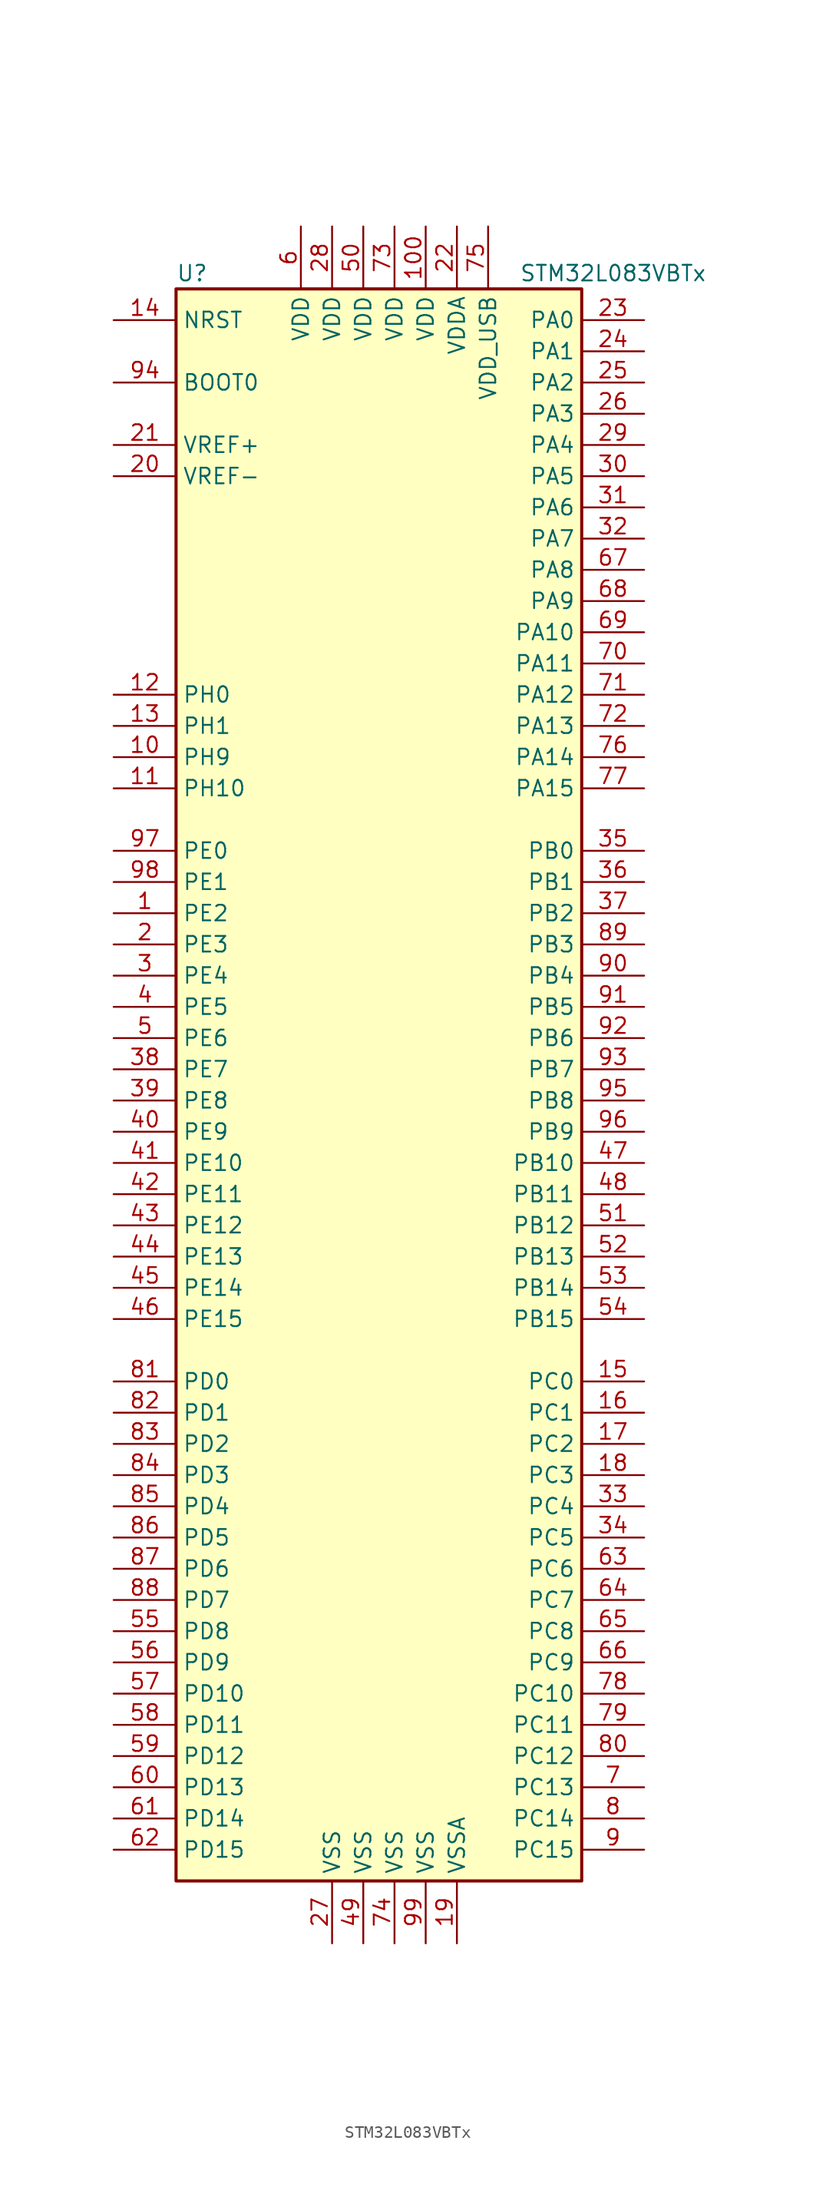
<source format=kicad_sym>
(kicad_symbol_lib
  (version 20201005)
  (generator kicad_symbol_editor)
  (symbol "STM32L083VBTx"
    (property "Reference" "U"
      (at -17.78 64.77 0)
      (effects (font (size 1.27 1.27)) (justify left)))
    (property "Value" "STM32L083VBTx"
      (at 10.16 64.77 0)
      (effects (font (size 1.27 1.27)) (justify left)))
    (symbol "STM32L083VBTx_0_1"
      (rectangle (start -17.78 -66.04) (end 15.24 63.5) (stroke (width 0.254)) (fill (type background))))
    (symbol "STM32L083VBTx_1_1"
      (pin input line (at -22.86 55.88 0) (length 5.08) (name "BOOT0" (effects (font (size 1.27 1.27)))) (number "94" (effects (font (size 1.27 1.27)))))
      (pin input line (at -22.86 60.96 0) (length 5.08) (name "NRST" (effects (font (size 1.27 1.27)))) (number "14" (effects (font (size 1.27 1.27)))))
      (pin bidirectional line (at 20.32 60.96 180) (length 5.08) (name "PA0" (effects (font (size 1.27 1.27)))) (number "23" (effects (font (size 1.27 1.27)))))
      (pin bidirectional line (at 20.32 58.42 180) (length 5.08) (name "PA1" (effects (font (size 1.27 1.27)))) (number "24" (effects (font (size 1.27 1.27)))))
      (pin bidirectional line (at 20.32 35.56 180) (length 5.08) (name "PA10" (effects (font (size 1.27 1.27)))) (number "69" (effects (font (size 1.27 1.27)))))
      (pin bidirectional line (at 20.32 33.02 180) (length 5.08) (name "PA11" (effects (font (size 1.27 1.27)))) (number "70" (effects (font (size 1.27 1.27)))))
      (pin bidirectional line (at 20.32 30.48 180) (length 5.08) (name "PA12" (effects (font (size 1.27 1.27)))) (number "71" (effects (font (size 1.27 1.27)))))
      (pin bidirectional line (at 20.32 27.94 180) (length 5.08) (name "PA13" (effects (font (size 1.27 1.27)))) (number "72" (effects (font (size 1.27 1.27)))))
      (pin bidirectional line (at 20.32 25.4 180) (length 5.08) (name "PA14" (effects (font (size 1.27 1.27)))) (number "76" (effects (font (size 1.27 1.27)))))
      (pin bidirectional line (at 20.32 22.86 180) (length 5.08) (name "PA15" (effects (font (size 1.27 1.27)))) (number "77" (effects (font (size 1.27 1.27)))))
      (pin bidirectional line (at 20.32 55.88 180) (length 5.08) (name "PA2" (effects (font (size 1.27 1.27)))) (number "25" (effects (font (size 1.27 1.27)))))
      (pin bidirectional line (at 20.32 53.34 180) (length 5.08) (name "PA3" (effects (font (size 1.27 1.27)))) (number "26" (effects (font (size 1.27 1.27)))))
      (pin bidirectional line (at 20.32 50.8 180) (length 5.08) (name "PA4" (effects (font (size 1.27 1.27)))) (number "29" (effects (font (size 1.27 1.27)))))
      (pin bidirectional line (at 20.32 48.26 180) (length 5.08) (name "PA5" (effects (font (size 1.27 1.27)))) (number "30" (effects (font (size 1.27 1.27)))))
      (pin bidirectional line (at 20.32 45.72 180) (length 5.08) (name "PA6" (effects (font (size 1.27 1.27)))) (number "31" (effects (font (size 1.27 1.27)))))
      (pin bidirectional line (at 20.32 43.18 180) (length 5.08) (name "PA7" (effects (font (size 1.27 1.27)))) (number "32" (effects (font (size 1.27 1.27)))))
      (pin bidirectional line (at 20.32 40.64 180) (length 5.08) (name "PA8" (effects (font (size 1.27 1.27)))) (number "67" (effects (font (size 1.27 1.27)))))
      (pin bidirectional line (at 20.32 38.1 180) (length 5.08) (name "PA9" (effects (font (size 1.27 1.27)))) (number "68" (effects (font (size 1.27 1.27)))))
      (pin bidirectional line (at 20.32 17.78 180) (length 5.08) (name "PB0" (effects (font (size 1.27 1.27)))) (number "35" (effects (font (size 1.27 1.27)))))
      (pin bidirectional line (at 20.32 15.24 180) (length 5.08) (name "PB1" (effects (font (size 1.27 1.27)))) (number "36" (effects (font (size 1.27 1.27)))))
      (pin bidirectional line (at 20.32 -7.62 180) (length 5.08) (name "PB10" (effects (font (size 1.27 1.27)))) (number "47" (effects (font (size 1.27 1.27)))))
      (pin bidirectional line (at 20.32 -10.16 180) (length 5.08) (name "PB11" (effects (font (size 1.27 1.27)))) (number "48" (effects (font (size 1.27 1.27)))))
      (pin bidirectional line (at 20.32 -12.7 180) (length 5.08) (name "PB12" (effects (font (size 1.27 1.27)))) (number "51" (effects (font (size 1.27 1.27)))))
      (pin bidirectional line (at 20.32 -15.24 180) (length 5.08) (name "PB13" (effects (font (size 1.27 1.27)))) (number "52" (effects (font (size 1.27 1.27)))))
      (pin bidirectional line (at 20.32 -17.78 180) (length 5.08) (name "PB14" (effects (font (size 1.27 1.27)))) (number "53" (effects (font (size 1.27 1.27)))))
      (pin bidirectional line (at 20.32 -20.32 180) (length 5.08) (name "PB15" (effects (font (size 1.27 1.27)))) (number "54" (effects (font (size 1.27 1.27)))))
      (pin bidirectional line (at 20.32 12.7 180) (length 5.08) (name "PB2" (effects (font (size 1.27 1.27)))) (number "37" (effects (font (size 1.27 1.27)))))
      (pin bidirectional line (at 20.32 10.16 180) (length 5.08) (name "PB3" (effects (font (size 1.27 1.27)))) (number "89" (effects (font (size 1.27 1.27)))))
      (pin bidirectional line (at 20.32 7.62 180) (length 5.08) (name "PB4" (effects (font (size 1.27 1.27)))) (number "90" (effects (font (size 1.27 1.27)))))
      (pin bidirectional line (at 20.32 5.08 180) (length 5.08) (name "PB5" (effects (font (size 1.27 1.27)))) (number "91" (effects (font (size 1.27 1.27)))))
      (pin bidirectional line (at 20.32 2.54 180) (length 5.08) (name "PB6" (effects (font (size 1.27 1.27)))) (number "92" (effects (font (size 1.27 1.27)))))
      (pin bidirectional line (at 20.32 0 180) (length 5.08) (name "PB7" (effects (font (size 1.27 1.27)))) (number "93" (effects (font (size 1.27 1.27)))))
      (pin bidirectional line (at 20.32 -2.54 180) (length 5.08) (name "PB8" (effects (font (size 1.27 1.27)))) (number "95" (effects (font (size 1.27 1.27)))))
      (pin bidirectional line (at 20.32 -5.08 180) (length 5.08) (name "PB9" (effects (font (size 1.27 1.27)))) (number "96" (effects (font (size 1.27 1.27)))))
      (pin bidirectional line (at 20.32 -25.4 180) (length 5.08) (name "PC0" (effects (font (size 1.27 1.27)))) (number "15" (effects (font (size 1.27 1.27)))))
      (pin bidirectional line (at 20.32 -27.94 180) (length 5.08) (name "PC1" (effects (font (size 1.27 1.27)))) (number "16" (effects (font (size 1.27 1.27)))))
      (pin bidirectional line (at 20.32 -50.8 180) (length 5.08) (name "PC10" (effects (font (size 1.27 1.27)))) (number "78" (effects (font (size 1.27 1.27)))))
      (pin bidirectional line (at 20.32 -53.34 180) (length 5.08) (name "PC11" (effects (font (size 1.27 1.27)))) (number "79" (effects (font (size 1.27 1.27)))))
      (pin bidirectional line (at 20.32 -55.88 180) (length 5.08) (name "PC12" (effects (font (size 1.27 1.27)))) (number "80" (effects (font (size 1.27 1.27)))))
      (pin bidirectional line (at 20.32 -58.42 180) (length 5.08) (name "PC13" (effects (font (size 1.27 1.27)))) (number "7" (effects (font (size 1.27 1.27)))))
      (pin bidirectional line (at 20.32 -60.96 180) (length 5.08) (name "PC14" (effects (font (size 1.27 1.27)))) (number "8" (effects (font (size 1.27 1.27)))))
      (pin bidirectional line (at 20.32 -63.5 180) (length 5.08) (name "PC15" (effects (font (size 1.27 1.27)))) (number "9" (effects (font (size 1.27 1.27)))))
      (pin bidirectional line (at 20.32 -30.48 180) (length 5.08) (name "PC2" (effects (font (size 1.27 1.27)))) (number "17" (effects (font (size 1.27 1.27)))))
      (pin bidirectional line (at 20.32 -33.02 180) (length 5.08) (name "PC3" (effects (font (size 1.27 1.27)))) (number "18" (effects (font (size 1.27 1.27)))))
      (pin bidirectional line (at 20.32 -35.56 180) (length 5.08) (name "PC4" (effects (font (size 1.27 1.27)))) (number "33" (effects (font (size 1.27 1.27)))))
      (pin bidirectional line (at 20.32 -38.1 180) (length 5.08) (name "PC5" (effects (font (size 1.27 1.27)))) (number "34" (effects (font (size 1.27 1.27)))))
      (pin bidirectional line (at 20.32 -40.64 180) (length 5.08) (name "PC6" (effects (font (size 1.27 1.27)))) (number "63" (effects (font (size 1.27 1.27)))))
      (pin bidirectional line (at 20.32 -43.18 180) (length 5.08) (name "PC7" (effects (font (size 1.27 1.27)))) (number "64" (effects (font (size 1.27 1.27)))))
      (pin bidirectional line (at 20.32 -45.72 180) (length 5.08) (name "PC8" (effects (font (size 1.27 1.27)))) (number "65" (effects (font (size 1.27 1.27)))))
      (pin bidirectional line (at 20.32 -48.26 180) (length 5.08) (name "PC9" (effects (font (size 1.27 1.27)))) (number "66" (effects (font (size 1.27 1.27)))))
      (pin bidirectional line (at -22.86 -25.4 0) (length 5.08) (name "PD0" (effects (font (size 1.27 1.27)))) (number "81" (effects (font (size 1.27 1.27)))))
      (pin bidirectional line (at -22.86 -27.94 0) (length 5.08) (name "PD1" (effects (font (size 1.27 1.27)))) (number "82" (effects (font (size 1.27 1.27)))))
      (pin bidirectional line (at -22.86 -50.8 0) (length 5.08) (name "PD10" (effects (font (size 1.27 1.27)))) (number "57" (effects (font (size 1.27 1.27)))))
      (pin bidirectional line (at -22.86 -53.34 0) (length 5.08) (name "PD11" (effects (font (size 1.27 1.27)))) (number "58" (effects (font (size 1.27 1.27)))))
      (pin bidirectional line (at -22.86 -55.88 0) (length 5.08) (name "PD12" (effects (font (size 1.27 1.27)))) (number "59" (effects (font (size 1.27 1.27)))))
      (pin bidirectional line (at -22.86 -58.42 0) (length 5.08) (name "PD13" (effects (font (size 1.27 1.27)))) (number "60" (effects (font (size 1.27 1.27)))))
      (pin bidirectional line (at -22.86 -60.96 0) (length 5.08) (name "PD14" (effects (font (size 1.27 1.27)))) (number "61" (effects (font (size 1.27 1.27)))))
      (pin bidirectional line (at -22.86 -63.5 0) (length 5.08) (name "PD15" (effects (font (size 1.27 1.27)))) (number "62" (effects (font (size 1.27 1.27)))))
      (pin bidirectional line (at -22.86 -30.48 0) (length 5.08) (name "PD2" (effects (font (size 1.27 1.27)))) (number "83" (effects (font (size 1.27 1.27)))))
      (pin bidirectional line (at -22.86 -33.02 0) (length 5.08) (name "PD3" (effects (font (size 1.27 1.27)))) (number "84" (effects (font (size 1.27 1.27)))))
      (pin bidirectional line (at -22.86 -35.56 0) (length 5.08) (name "PD4" (effects (font (size 1.27 1.27)))) (number "85" (effects (font (size 1.27 1.27)))))
      (pin bidirectional line (at -22.86 -38.1 0) (length 5.08) (name "PD5" (effects (font (size 1.27 1.27)))) (number "86" (effects (font (size 1.27 1.27)))))
      (pin bidirectional line (at -22.86 -40.64 0) (length 5.08) (name "PD6" (effects (font (size 1.27 1.27)))) (number "87" (effects (font (size 1.27 1.27)))))
      (pin bidirectional line (at -22.86 -43.18 0) (length 5.08) (name "PD7" (effects (font (size 1.27 1.27)))) (number "88" (effects (font (size 1.27 1.27)))))
      (pin bidirectional line (at -22.86 -45.72 0) (length 5.08) (name "PD8" (effects (font (size 1.27 1.27)))) (number "55" (effects (font (size 1.27 1.27)))))
      (pin bidirectional line (at -22.86 -48.26 0) (length 5.08) (name "PD9" (effects (font (size 1.27 1.27)))) (number "56" (effects (font (size 1.27 1.27)))))
      (pin bidirectional line (at -22.86 17.78 0) (length 5.08) (name "PE0" (effects (font (size 1.27 1.27)))) (number "97" (effects (font (size 1.27 1.27)))))
      (pin bidirectional line (at -22.86 15.24 0) (length 5.08) (name "PE1" (effects (font (size 1.27 1.27)))) (number "98" (effects (font (size 1.27 1.27)))))
      (pin bidirectional line (at -22.86 -7.62 0) (length 5.08) (name "PE10" (effects (font (size 1.27 1.27)))) (number "41" (effects (font (size 1.27 1.27)))))
      (pin bidirectional line (at -22.86 -10.16 0) (length 5.08) (name "PE11" (effects (font (size 1.27 1.27)))) (number "42" (effects (font (size 1.27 1.27)))))
      (pin bidirectional line (at -22.86 -12.7 0) (length 5.08) (name "PE12" (effects (font (size 1.27 1.27)))) (number "43" (effects (font (size 1.27 1.27)))))
      (pin bidirectional line (at -22.86 -15.24 0) (length 5.08) (name "PE13" (effects (font (size 1.27 1.27)))) (number "44" (effects (font (size 1.27 1.27)))))
      (pin bidirectional line (at -22.86 -17.78 0) (length 5.08) (name "PE14" (effects (font (size 1.27 1.27)))) (number "45" (effects (font (size 1.27 1.27)))))
      (pin bidirectional line (at -22.86 -20.32 0) (length 5.08) (name "PE15" (effects (font (size 1.27 1.27)))) (number "46" (effects (font (size 1.27 1.27)))))
      (pin bidirectional line (at -22.86 12.7 0) (length 5.08) (name "PE2" (effects (font (size 1.27 1.27)))) (number "1" (effects (font (size 1.27 1.27)))))
      (pin bidirectional line (at -22.86 10.16 0) (length 5.08) (name "PE3" (effects (font (size 1.27 1.27)))) (number "2" (effects (font (size 1.27 1.27)))))
      (pin bidirectional line (at -22.86 7.62 0) (length 5.08) (name "PE4" (effects (font (size 1.27 1.27)))) (number "3" (effects (font (size 1.27 1.27)))))
      (pin bidirectional line (at -22.86 5.08 0) (length 5.08) (name "PE5" (effects (font (size 1.27 1.27)))) (number "4" (effects (font (size 1.27 1.27)))))
      (pin bidirectional line (at -22.86 2.54 0) (length 5.08) (name "PE6" (effects (font (size 1.27 1.27)))) (number "5" (effects (font (size 1.27 1.27)))))
      (pin bidirectional line (at -22.86 0 0) (length 5.08) (name "PE7" (effects (font (size 1.27 1.27)))) (number "38" (effects (font (size 1.27 1.27)))))
      (pin bidirectional line (at -22.86 -2.54 0) (length 5.08) (name "PE8" (effects (font (size 1.27 1.27)))) (number "39" (effects (font (size 1.27 1.27)))))
      (pin bidirectional line (at -22.86 -5.08 0) (length 5.08) (name "PE9" (effects (font (size 1.27 1.27)))) (number "40" (effects (font (size 1.27 1.27)))))
      (pin input line (at -22.86 30.48 0) (length 5.08) (name "PH0" (effects (font (size 1.27 1.27)))) (number "12" (effects (font (size 1.27 1.27)))))
      (pin input line (at -22.86 27.94 0) (length 5.08) (name "PH1" (effects (font (size 1.27 1.27)))) (number "13" (effects (font (size 1.27 1.27)))))
      (pin bidirectional line (at -22.86 22.86 0) (length 5.08) (name "PH10" (effects (font (size 1.27 1.27)))) (number "11" (effects (font (size 1.27 1.27)))))
      (pin bidirectional line (at -22.86 25.4 0) (length 5.08) (name "PH9" (effects (font (size 1.27 1.27)))) (number "10" (effects (font (size 1.27 1.27)))))
      (pin power_in line (at 2.54 68.58 270) (length 5.08) (name "VDD" (effects (font (size 1.27 1.27)))) (number "100" (effects (font (size 1.27 1.27)))))
      (pin power_in line (at -5.08 68.58 270) (length 5.08) (name "VDD" (effects (font (size 1.27 1.27)))) (number "28" (effects (font (size 1.27 1.27)))))
      (pin power_in line (at -2.54 68.58 270) (length 5.08) (name "VDD" (effects (font (size 1.27 1.27)))) (number "50" (effects (font (size 1.27 1.27)))))
      (pin power_in line (at -7.62 68.58 270) (length 5.08) (name "VDD" (effects (font (size 1.27 1.27)))) (number "6" (effects (font (size 1.27 1.27)))))
      (pin power_in line (at 0 68.58 270) (length 5.08) (name "VDD" (effects (font (size 1.27 1.27)))) (number "73" (effects (font (size 1.27 1.27)))))
      (pin power_in line (at 5.08 68.58 270) (length 5.08) (name "VDDA" (effects (font (size 1.27 1.27)))) (number "22" (effects (font (size 1.27 1.27)))))
      (pin power_in line (at 7.62 68.58 270) (length 5.08) (name "VDD_USB" (effects (font (size 1.27 1.27)))) (number "75" (effects (font (size 1.27 1.27)))))
      (pin power_in line (at -22.86 50.8 0) (length 5.08) (name "VREF+" (effects (font (size 1.27 1.27)))) (number "21" (effects (font (size 1.27 1.27)))))
      (pin power_in line (at -22.86 48.26 0) (length 5.08) (name "VREF-" (effects (font (size 1.27 1.27)))) (number "20" (effects (font (size 1.27 1.27)))))
      (pin power_in line (at -5.08 -71.12 90) (length 5.08) (name "VSS" (effects (font (size 1.27 1.27)))) (number "27" (effects (font (size 1.27 1.27)))))
      (pin power_in line (at -2.54 -71.12 90) (length 5.08) (name "VSS" (effects (font (size 1.27 1.27)))) (number "49" (effects (font (size 1.27 1.27)))))
      (pin power_in line (at 0 -71.12 90) (length 5.08) (name "VSS" (effects (font (size 1.27 1.27)))) (number "74" (effects (font (size 1.27 1.27)))))
      (pin power_in line (at 2.54 -71.12 90) (length 5.08) (name "VSS" (effects (font (size 1.27 1.27)))) (number "99" (effects (font (size 1.27 1.27)))))
      (pin power_in line (at 5.08 -71.12 90) (length 5.08) (name "VSSA" (effects (font (size 1.27 1.27)))) (number "19" (effects (font (size 1.27 1.27))))))))
</source>
